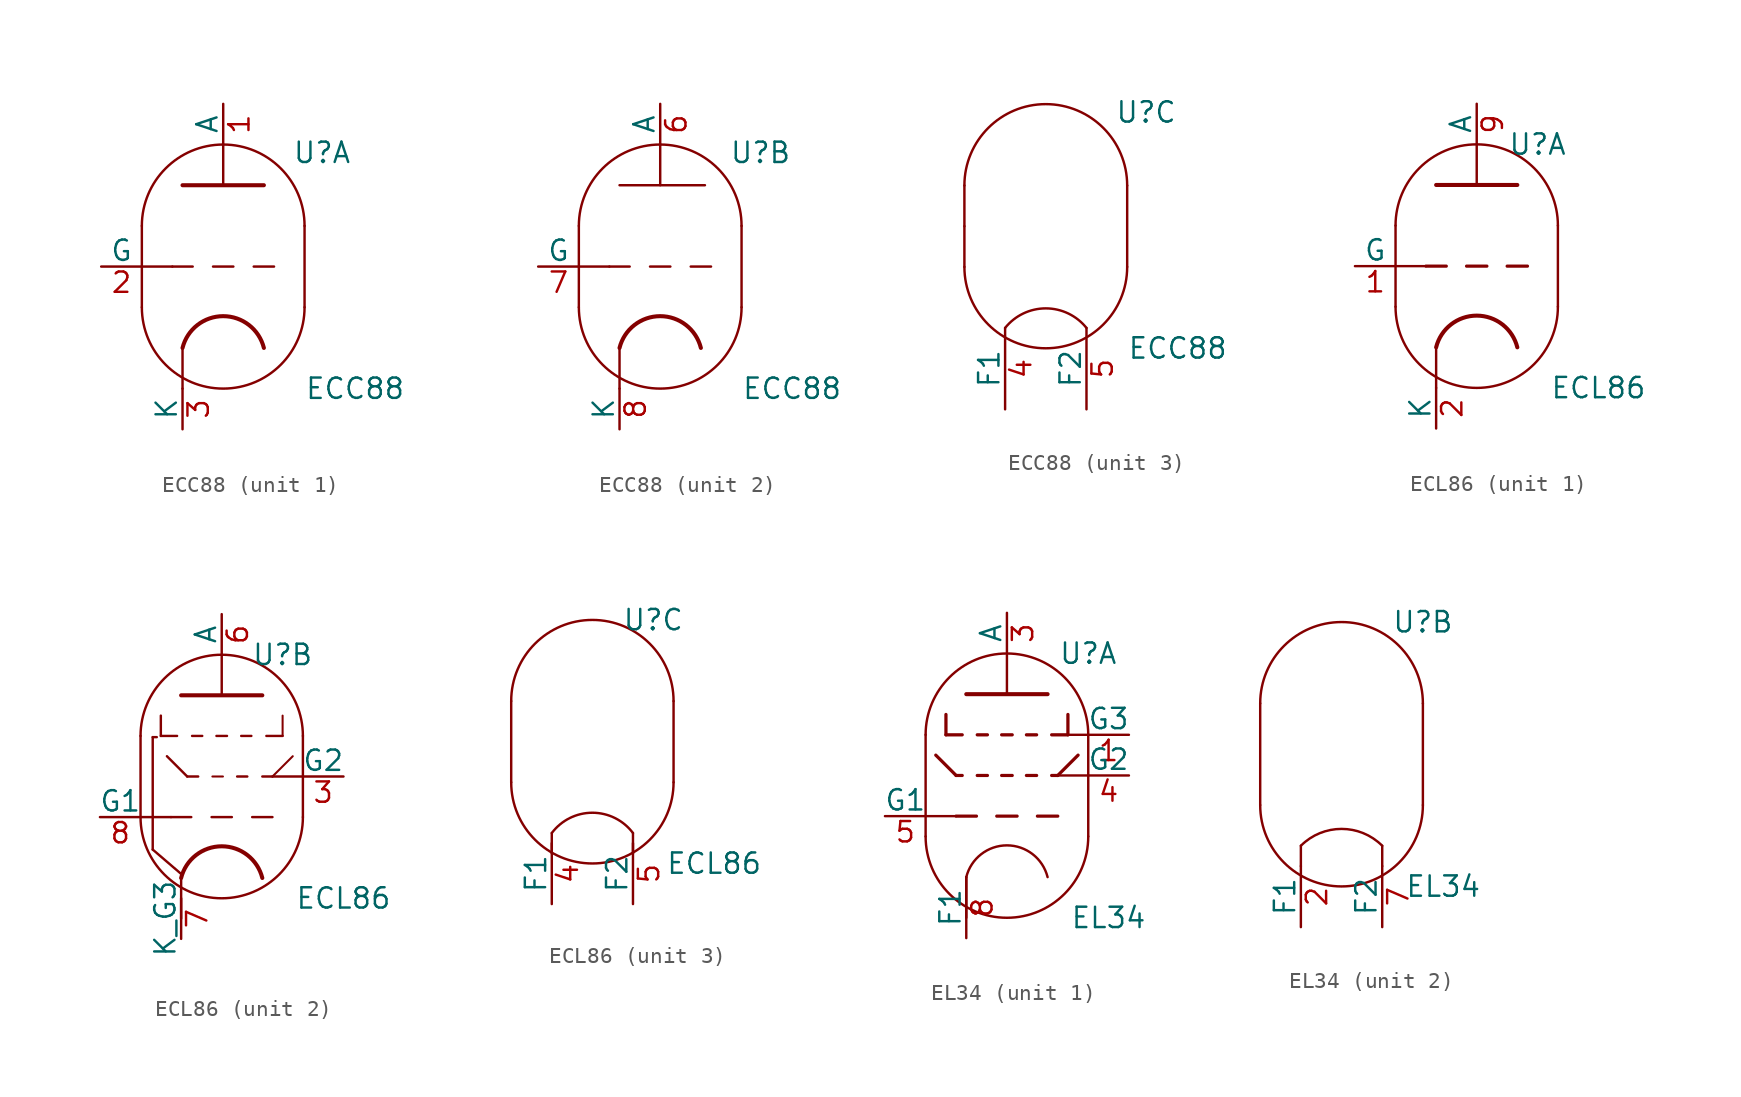
<source format=kicad_sym>
(kicad_symbol_lib
  (version 20231120)
  (generator "kicad_symbol_editor")
  (generator_version "8.0")
  (symbol "ECC88"
    (pin_names
      (offset 0))
    (property "Reference" "U"
      (at 4.318 7.112 0)
      (effects (font (size 1.27 1.27)) (justify left)))
    (property "Value" "ECC88"
      (at 5.08 -7.62 0)
      (effects (font (size 1.27 1.27)) (justify left)))
    (property "ki_locked" ""
      (at 0 0 0)
      (effects (font (size 1.27 1.27))))
    (symbol "ECC88_0_1"
      (arc (start -5.08 -2.54) (mid 0 -7.5979) (end 5.08 -2.54) (stroke (width 0) (type default)) (fill (type none)))
      (polyline (pts (xy -5.08 0) (xy -5.08 -2.54)) (stroke (width 0) (type default)) (fill (type none)))
      (polyline (pts (xy -5.08 2.54) (xy -5.08 0)) (stroke (width 0) (type default)) (fill (type none)))
      (polyline (pts (xy 5.08 2.54) (xy 5.08 -2.54)) (stroke (width 0) (type default)) (fill (type none)))
      (arc (start 5.08 2.54) (mid 0 7.5979) (end -5.08 2.54) (stroke (width 0) (type default)) (fill (type none))))
    (symbol "ECC88_1_0"
      (polyline (pts (xy -2.54 -5.08) (xy -2.54 -7.62)) (stroke (width 0) (type default)) (fill (type none)))
      (polyline (pts (xy 0 5.08) (xy 0 7.62)) (stroke (width 0) (type default)) (fill (type none))))
    (symbol "ECC88_1_1"
      (polyline (pts (xy -5.08 0) (xy -3.175 0)) (stroke (width 0) (type default)) (fill (type none)))
      (polyline (pts (xy -1.905 0) (xy -3.175 0)) (stroke (width 0.152) (type default)) (fill (type none)))
      (polyline (pts (xy -0.635 0) (xy 0.635 0)) (stroke (width 0.152) (type default)) (fill (type none)))
      (polyline (pts (xy 1.905 0) (xy 3.175 0)) (stroke (width 0.152) (type default)) (fill (type none)))
      (polyline (pts (xy -2.54 5.08) (xy 2.54 5.08) (xy 2.54 5.08)) (stroke (width 0.254) (type default)) (fill (type none)))
      (arc (start 2.54 -5.08) (mid 0 -3.0968) (end -2.54 -5.08) (stroke (width 0.254) (type default)) (fill (type none)))
      (pin output line (at 0 10.16 270) (length 2.54) (name "A" (effects (font (size 1.27 1.27)))) (number "1" (effects (font (size 1.27 1.27)))))
      (pin input line (at -7.62 0 0) (length 2.54) (name "G" (effects (font (size 1.27 1.27)))) (number "2" (effects (font (size 1.27 1.27)))))
      (pin bidirectional line (at -2.54 -10.16 90) (length 2.54) (name "K" (effects (font (size 1.27 1.27)))) (number "3" (effects (font (size 1.27 1.27))))))
    (symbol "ECC88_2_0"
      (polyline (pts (xy -5.08 0) (xy -3.175 0)) (stroke (width 0) (type default)) (fill (type none)))
      (polyline (pts (xy -2.54 -5.08) (xy -2.54 -7.62)) (stroke (width 0) (type default)) (fill (type none)))
      (polyline (pts (xy -1.905 0) (xy -3.175 0)) (stroke (width 0.152) (type default)) (fill (type none)))
      (polyline (pts (xy -0.635 0) (xy 0.635 0)) (stroke (width 0.152) (type default)) (fill (type none)))
      (polyline (pts (xy 0 5.08) (xy 0 7.62)) (stroke (width 0) (type default)) (fill (type none)))
      (polyline (pts (xy 1.905 0) (xy 3.175 0)) (stroke (width 0.152) (type default)) (fill (type none)))
      (polyline (pts (xy 2.794 5.08) (xy -2.54 5.08) (xy -2.54 5.08)) (stroke (width 0.152) (type default)) (fill (type none))))
    (symbol "ECC88_2_1"
      (arc (start 2.54 -5.08) (mid 0 -3.0968) (end -2.54 -5.08) (stroke (width 0.254) (type default)) (fill (type none)))
      (pin output line (at 0 10.16 270) (length 2.54) (name "A" (effects (font (size 1.27 1.27)))) (number "6" (effects (font (size 1.27 1.27)))))
      (pin input line (at -7.62 0 0) (length 2.54) (name "G" (effects (font (size 1.27 1.27)))) (number "7" (effects (font (size 1.27 1.27)))))
      (pin bidirectional line (at -2.54 -10.16 90) (length 2.54) (name "K" (effects (font (size 1.27 1.27)))) (number "8" (effects (font (size 1.27 1.27))))))
    (symbol "ECC88_3_1"
      (arc (start 2.54 -6.35) (mid 0 -5.1292) (end -2.54 -6.35) (stroke (width 0) (type default)) (fill (type none)))
      (pin power_in line (at -2.54 -11.43 90) (length 5.08) (name "F1" (effects (font (size 1.27 1.27)))) (number "4" (effects (font (size 1.27 1.27)))))
      (pin power_in line (at 2.54 -11.43 90) (length 5.08) (name "F2" (effects (font (size 1.27 1.27)))) (number "5" (effects (font (size 1.27 1.27)))))))
  (symbol "ECL86"
    (pin_names
      (offset 0))
    (property "Reference" "U"
      (at 3.81 7.62 0)
      (effects (font (size 1.27 1.27))))
    (property "Value" "ECL86"
      (at 7.62 -7.62 0)
      (effects (font (size 1.27 1.27))))
    (property "ki_locked" ""
      (at 0 0 0)
      (effects (font (size 1.27 1.27))))
    (symbol "ECL86_0_1"
      (arc (start -5.08 -2.54) (mid 0 -7.5979) (end 5.08 -2.54) (stroke (width 0) (type default)) (fill (type none)))
      (polyline (pts (xy 5.08 2.54) (xy 5.08 -2.54)) (stroke (width 0) (type default)) (fill (type none)))
      (polyline (pts (xy -5.08 2.54) (xy -5.08 -2.54) (xy -5.08 -2.54) (xy -5.08 -2.54) (xy -5.08 -2.54)) (stroke (width 0) (type default)) (fill (type none)))
      (arc (start 5.08 2.54) (mid 0 7.5979) (end -5.08 2.54) (stroke (width 0) (type default)) (fill (type none))))
    (symbol "ECL86_1_1"
      (polyline (pts (xy -5.08 0) (xy -3.175 0)) (stroke (width 0) (type default)) (fill (type none)))
      (polyline (pts (xy -2.54 -5.08) (xy -2.54 -7.62)) (stroke (width 0) (type default)) (fill (type none)))
      (polyline (pts (xy -1.905 0) (xy -3.175 0)) (stroke (width 0.203) (type default)) (fill (type none)))
      (polyline (pts (xy -0.635 0) (xy 0.635 0)) (stroke (width 0.203) (type default)) (fill (type none)))
      (polyline (pts (xy 0 5.08) (xy 0 7.62)) (stroke (width 0) (type default)) (fill (type none)))
      (polyline (pts (xy 1.905 0) (xy 3.175 0)) (stroke (width 0.203) (type default)) (fill (type none)))
      (polyline (pts (xy -2.54 5.08) (xy 2.54 5.08) (xy 2.54 5.08)) (stroke (width 0.254) (type default)) (fill (type none)))
      (arc (start 2.54 -5.08) (mid 0 -3.0968) (end -2.54 -5.08) (stroke (width 0.254) (type default)) (fill (type none)))
      (pin input line (at -7.62 0 0) (length 2.54) (name "G" (effects (font (size 1.27 1.27)))) (number "1" (effects (font (size 1.27 1.27)))))
      (pin bidirectional line (at -2.54 -10.16 90) (length 2.54) (name "K" (effects (font (size 1.27 1.27)))) (number "2" (effects (font (size 1.27 1.27)))))
      (pin output line (at 0 10.16 270) (length 2.54) (name "A" (effects (font (size 1.27 1.27)))) (number "9" (effects (font (size 1.27 1.27))))))
    (symbol "ECL86_2_0"
      (polyline (pts (xy -2.54 -6.35) (xy -2.54 -8.89)) (stroke (width 0) (type default)) (fill (type none)))
      (polyline (pts (xy -0.635 -2.54) (xy 0.635 -2.54)) (stroke (width 0.152) (type default)) (fill (type none)))
      (polyline (pts (xy 3.175 0) (xy 5.08 0)) (stroke (width 0) (type default)) (fill (type none))))
    (symbol "ECL86_2_1"
      (polyline (pts (xy -5.08 -2.54) (xy -3.175 -2.54)) (stroke (width 0) (type default)) (fill (type none)))
      (polyline (pts (xy -4.318 -4.572) (xy -4.318 2.464)) (stroke (width 0.152) (type default)) (fill (type none)))
      (polyline (pts (xy -4.318 -4.572) (xy -2.54 -6.096)) (stroke (width 0.152) (type default)) (fill (type none)))
      (polyline (pts (xy -4.064 2.464) (xy -4.318 2.464)) (stroke (width 0.152) (type default)) (fill (type none)))
      (polyline (pts (xy -3.81 2.54) (xy -2.794 2.54)) (stroke (width 0.152) (type default)) (fill (type none)))
      (polyline (pts (xy -3.81 3.81) (xy -3.81 2.54)) (stroke (width 0.152) (type default)) (fill (type none)))
      (polyline (pts (xy -3.429 1.27) (xy -2.159 0)) (stroke (width 0.152) (type default)) (fill (type none)))
      (polyline (pts (xy -2.159 0) (xy -1.473 0)) (stroke (width 0.152) (type default)) (fill (type none)))
      (polyline (pts (xy -1.905 -2.54) (xy -3.175 -2.54)) (stroke (width 0.152) (type default)) (fill (type none)))
      (polyline (pts (xy -1.854 2.54) (xy -1.219 2.54)) (stroke (width 0.152) (type default)) (fill (type none)))
      (polyline (pts (xy -0.584 0) (xy 0.076 0)) (stroke (width 0.127) (type default)) (fill (type none)))
      (polyline (pts (xy -0.33 2.54) (xy 0.33 2.54)) (stroke (width 0.152) (type default)) (fill (type none)))
      (polyline (pts (xy 0 5.08) (xy 0 7.62)) (stroke (width 0) (type default)) (fill (type none)))
      (polyline (pts (xy 0.965 0) (xy 1.6 0)) (stroke (width 0.152) (type default)) (fill (type none)))
      (polyline (pts (xy 1.219 2.54) (xy 1.854 2.54)) (stroke (width 0.152) (type default)) (fill (type none)))
      (polyline (pts (xy 1.905 -2.54) (xy 3.175 -2.54)) (stroke (width 0.152) (type default)) (fill (type none)))
      (polyline (pts (xy 2.54 0) (xy 3.175 0)) (stroke (width 0.152) (type default)) (fill (type none)))
      (polyline (pts (xy 3.81 2.54) (xy 2.794 2.54)) (stroke (width 0.152) (type default)) (fill (type none)))
      (polyline (pts (xy 3.81 3.81) (xy 3.81 2.54)) (stroke (width 0.127) (type default)) (fill (type none)))
      (polyline (pts (xy 4.445 1.27) (xy 3.175 0)) (stroke (width 0.127) (type default)) (fill (type none)))
      (polyline (pts (xy -2.54 5.08) (xy 2.54 5.08) (xy 2.54 5.08)) (stroke (width 0.254) (type default)) (fill (type none)))
      (arc (start 2.54 -6.35) (mid 0 -4.3668) (end -2.54 -6.35) (stroke (width 0.254) (type default)) (fill (type none)))
      (pin input line (at 7.62 0 180) (length 2.54) (name "G2" (effects (font (size 1.27 1.27)))) (number "3" (effects (font (size 1.27 1.27)))))
      (pin output line (at 0 10.16 270) (length 2.54) (name "A" (effects (font (size 1.27 1.27)))) (number "6" (effects (font (size 1.27 1.27)))))
      (pin bidirectional line (at -2.54 -10.16 90) (length 2.54) (name "K_G3" (effects (font (size 1.27 1.27)))) (number "7" (effects (font (size 1.27 1.27)))))
      (pin input line (at -7.62 -2.54 0) (length 2.54) (name "G1" (effects (font (size 1.27 1.27)))) (number "8" (effects (font (size 1.27 1.27))))))
    (symbol "ECL86_3_1"
      (polyline (pts (xy -2.54 -6.985) (xy -2.54 -5.715) (xy -2.54 -5.715)) (stroke (width 0) (type default)) (fill (type none)))
      (polyline (pts (xy 2.54 -6.985) (xy 2.54 -5.715) (xy 2.54 -5.715)) (stroke (width 0) (type default)) (fill (type none)))
      (arc (start 2.54 -5.715) (mid 0 -4.445) (end -2.54 -5.715) (stroke (width 0) (type default)) (fill (type none)))
      (pin power_in line (at -2.54 -10.16 90) (length 3.81) (name "F1" (effects (font (size 1.27 1.27)))) (number "4" (effects (font (size 1.27 1.27)))))
      (pin power_in line (at 2.54 -10.16 90) (length 3.81) (name "F2" (effects (font (size 1.27 1.27)))) (number "5" (effects (font (size 1.27 1.27)))))))
  (symbol "EL34"
    (pin_names
      (offset 0))
    (property "Reference" "U"
      (at 5.08 8.89 0)
      (effects (font (size 1.27 1.27))))
    (property "Value" "EL34"
      (at 6.35 -7.62 0)
      (effects (font (size 1.27 1.27))))
    (property "ki_locked" ""
      (at 0 0 0)
      (effects (font (size 1.27 1.27))))
    (symbol "EL34_0_1"
      (arc (start -5.08 -2.54) (mid 0 -7.5979) (end 5.08 -2.54) (stroke (width 0) (type default)) (fill (type none)))
      (polyline (pts (xy -5.08 3.81) (xy -5.08 -2.54) (xy -5.08 -2.54)) (stroke (width 0) (type default)) (fill (type none)))
      (polyline (pts (xy 5.08 3.81) (xy 5.08 -2.54) (xy 5.08 -2.54)) (stroke (width 0) (type default)) (fill (type none)))
      (arc (start 5.08 3.81) (mid 0 8.8679) (end -5.08 3.81) (stroke (width 0) (type default)) (fill (type none))))
    (symbol "EL34_1_0"
      (polyline (pts (xy -2.54 -5.08) (xy -2.54 -7.62)) (stroke (width 0) (type default)) (fill (type none))))
    (symbol "EL34_1_1"
      (polyline (pts (xy -5.08 -1.27) (xy -3.175 -1.27)) (stroke (width 0) (type default)) (fill (type none)))
      (polyline (pts (xy -4.445 2.54) (xy -3.175 1.27)) (stroke (width 0.203) (type default)) (fill (type none)))
      (polyline (pts (xy -3.81 3.81) (xy -2.794 3.81)) (stroke (width 0.203) (type default)) (fill (type none)))
      (polyline (pts (xy -3.81 5.08) (xy -3.81 3.81)) (stroke (width 0.203) (type default)) (fill (type none)))
      (polyline (pts (xy -3.175 1.27) (xy -2.794 1.27)) (stroke (width 0.203) (type default)) (fill (type none)))
      (polyline (pts (xy -1.905 -1.27) (xy -3.175 -1.27)) (stroke (width 0.203) (type default)) (fill (type none)))
      (polyline (pts (xy -1.854 1.27) (xy -1.219 1.27)) (stroke (width 0.203) (type default)) (fill (type none)))
      (polyline (pts (xy -1.854 3.81) (xy -1.219 3.81)) (stroke (width 0.203) (type default)) (fill (type none)))
      (polyline (pts (xy -0.635 -1.27) (xy 0.635 -1.27)) (stroke (width 0.203) (type default)) (fill (type none)))
      (polyline (pts (xy -0.33 1.27) (xy 0.33 1.27)) (stroke (width 0.203) (type default)) (fill (type none)))
      (polyline (pts (xy -0.33 3.81) (xy 0.33 3.81)) (stroke (width 0.203) (type default)) (fill (type none)))
      (polyline (pts (xy 0 6.35) (xy 0 8.89)) (stroke (width 0) (type default)) (fill (type none)))
      (polyline (pts (xy 1.219 1.27) (xy 1.854 1.27)) (stroke (width 0.203) (type default)) (fill (type none)))
      (polyline (pts (xy 1.219 3.81) (xy 1.854 3.81)) (stroke (width 0.203) (type default)) (fill (type none)))
      (polyline (pts (xy 1.905 -1.27) (xy 3.175 -1.27)) (stroke (width 0.203) (type default)) (fill (type none)))
      (polyline (pts (xy 2.794 1.27) (xy 3.175 1.27)) (stroke (width 0.203) (type default)) (fill (type none)))
      (polyline (pts (xy 3.175 1.27) (xy 5.08 1.27)) (stroke (width 0) (type default)) (fill (type none)))
      (polyline (pts (xy 3.81 3.81) (xy 2.794 3.81)) (stroke (width 0.203) (type default)) (fill (type none)))
      (polyline (pts (xy 3.81 5.08) (xy 3.81 3.81)) (stroke (width 0.203) (type default)) (fill (type none)))
      (polyline (pts (xy 3.886 3.81) (xy 5.08 3.81)) (stroke (width 0) (type default)) (fill (type none)))
      (polyline (pts (xy 4.445 2.54) (xy 3.175 1.27)) (stroke (width 0.203) (type default)) (fill (type none)))
      (polyline (pts (xy -2.54 6.35) (xy 2.54 6.35) (xy 2.54 6.35) (xy 2.54 6.35)) (stroke (width 0.254) (type default)) (fill (type none)))
      (arc (start 2.54 -5.08) (mid 0 -3.0968) (end -2.54 -5.08) (stroke (width 0) (type default)) (fill (type none)))
      (pin input line (at 7.62 3.81 180) (length 2.54) (name "G3" (effects (font (size 1.27 1.27)))) (number "1" (effects (font (size 1.27 1.27)))))
      (pin output line (at 0 11.43 270) (length 2.54) (name "A" (effects (font (size 1.27 1.27)))) (number "3" (effects (font (size 1.27 1.27)))))
      (pin input line (at 7.62 1.27 180) (length 2.54) (name "G2" (effects (font (size 1.27 1.27)))) (number "4" (effects (font (size 1.27 1.27)))))
      (pin input line (at -7.62 -1.27 0) (length 2.54) (name "G1" (effects (font (size 1.27 1.27)))) (number "5" (effects (font (size 1.27 1.27)))))
      (pin power_in line (at -2.54 -8.89 90) (length 3.81) (name "F1" (effects (font (size 1.27 1.27)))) (number "8" (effects (font (size 1.27 1.27))))))
    (symbol "EL34_2_1"
      (polyline (pts (xy -2.54 -6.35) (xy -2.54 -5.08) (xy -2.54 -5.08)) (stroke (width 0) (type default)) (fill (type none)))
      (polyline (pts (xy 2.54 -6.35) (xy 2.54 -5.08) (xy 2.54 -5.08)) (stroke (width 0) (type default)) (fill (type none)))
      (arc (start 2.54 -5.08) (mid 0 -4.0279) (end -2.54 -5.08) (stroke (width 0) (type default)) (fill (type none)))
      (pin power_in line (at -2.54 -10.16 90) (length 3.81) (name "F1" (effects (font (size 1.27 1.27)))) (number "2" (effects (font (size 1.27 1.27)))))
      (pin power_in line (at 2.54 -10.16 90) (length 3.81) (name "F2" (effects (font (size 1.27 1.27)))) (number "7" (effects (font (size 1.27 1.27))))))))
</source>
